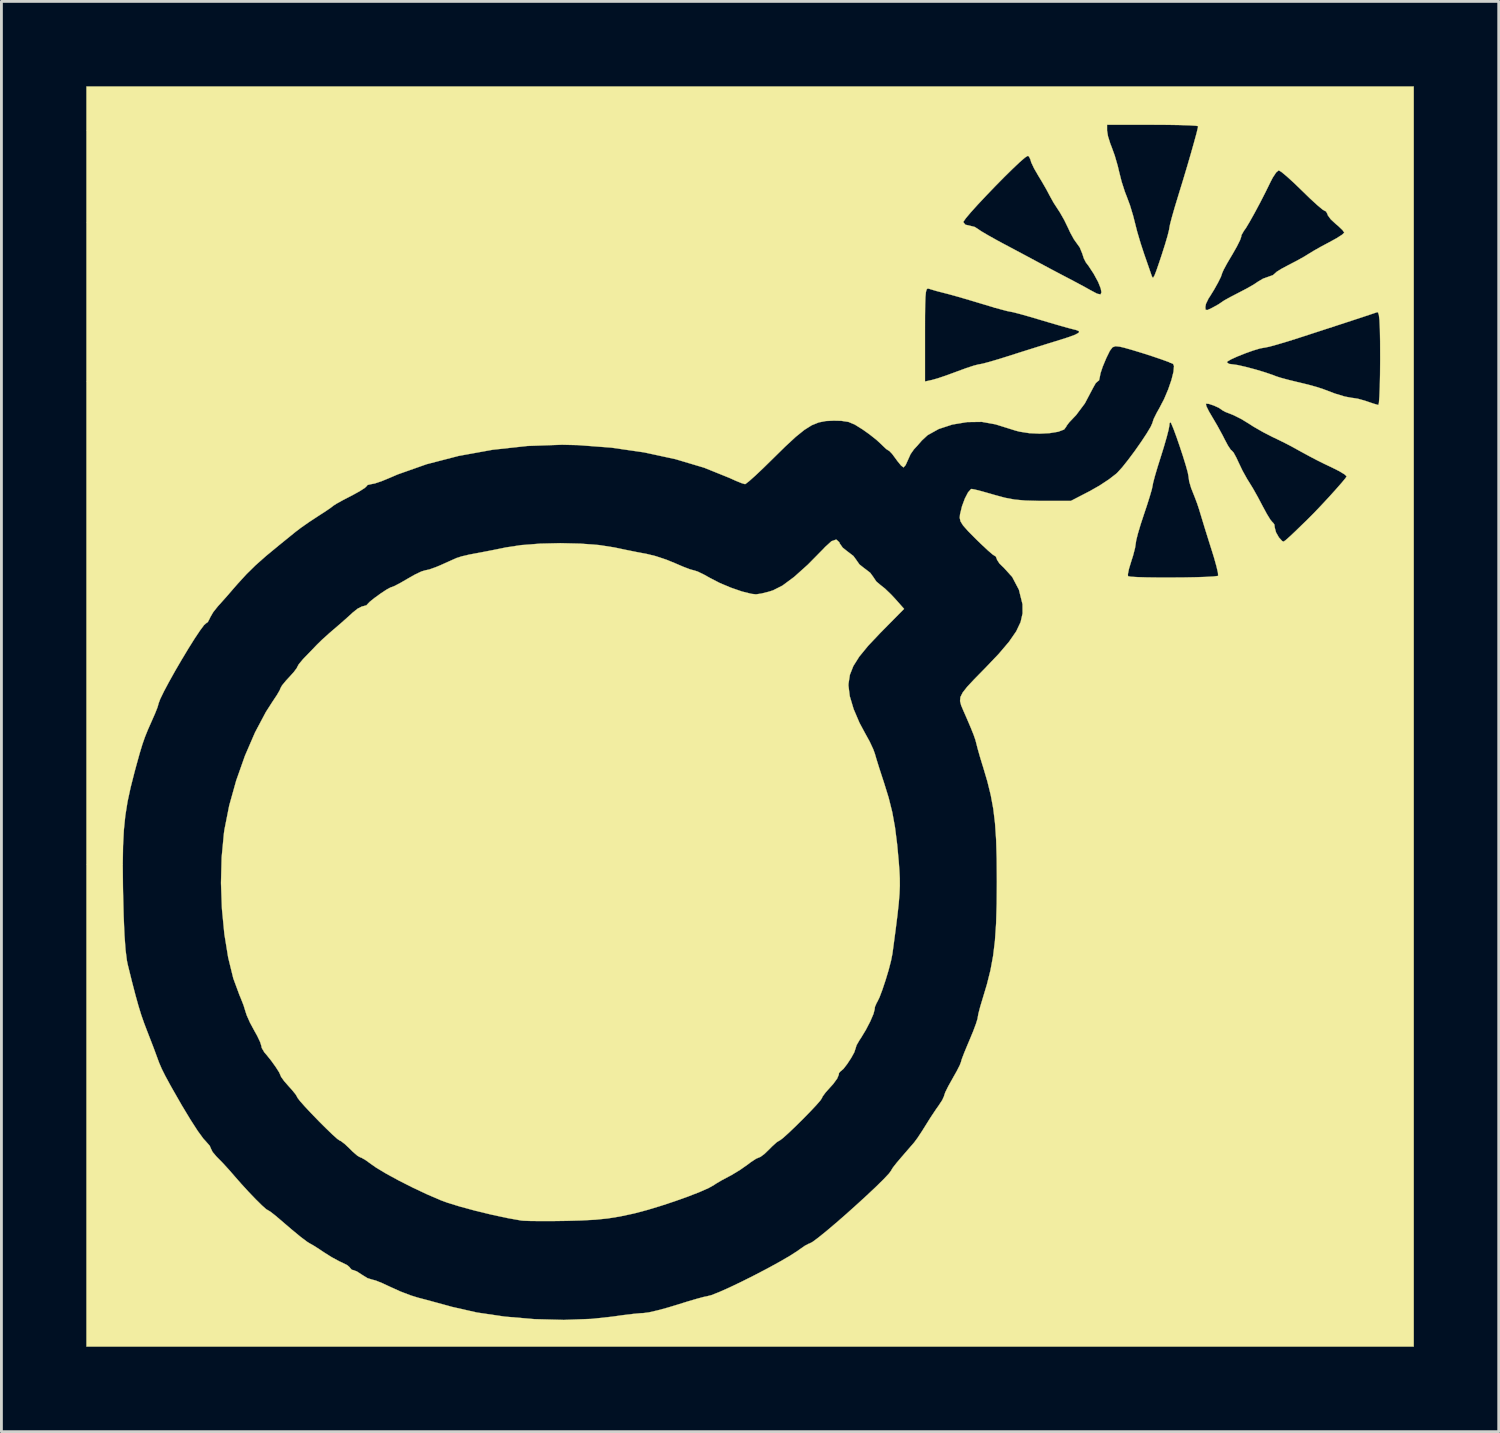
<source format=kicad_pcb>
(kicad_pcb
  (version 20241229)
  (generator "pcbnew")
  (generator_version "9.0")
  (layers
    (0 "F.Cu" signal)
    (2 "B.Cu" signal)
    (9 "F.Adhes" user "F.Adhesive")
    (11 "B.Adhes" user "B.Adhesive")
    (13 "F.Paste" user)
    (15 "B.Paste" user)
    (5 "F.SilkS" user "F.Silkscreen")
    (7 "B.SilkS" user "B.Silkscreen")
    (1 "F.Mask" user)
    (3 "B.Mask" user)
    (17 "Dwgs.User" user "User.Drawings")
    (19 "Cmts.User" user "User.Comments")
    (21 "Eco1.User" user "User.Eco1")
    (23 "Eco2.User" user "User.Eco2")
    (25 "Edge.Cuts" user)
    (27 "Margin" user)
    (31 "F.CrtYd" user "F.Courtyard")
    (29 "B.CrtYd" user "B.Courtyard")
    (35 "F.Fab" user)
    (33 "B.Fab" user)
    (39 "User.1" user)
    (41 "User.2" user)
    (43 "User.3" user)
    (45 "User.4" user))
  (footprint "logo2"
    (layer "F.Cu")
    (at 23.458 22.272)
    (property "Reference" "logo2" (at 0 0 0) (layer "F.SilkS") (effects (font (size 1.524 1.524) (thickness 0.3))))
    (attr through_hole)
    (fp_poly (pts (xy 3.151 -6.161) (xy 3.169 -6.114) (xy 3.272 -5.969) (xy 3.456 -5.822) (xy 3.466 -5.816) (xy 3.652 -5.673) (xy 3.76 -5.526) (xy 3.762 -5.52) (xy 3.865 -5.375) (xy 4.048 -5.23) (xy 4.059 -5.224) (xy 4.244 -5.081) (xy 4.352 -4.935) (xy 4.355 -4.929) (xy 4.459 -4.774) (xy 4.599 -4.655) (xy 4.768 -4.521) (xy 4.985 -4.312) (xy 5.12 -4.168) (xy 5.442 -3.805) (xy 4.608 -2.961) (xy 4.173 -2.501) (xy 3.858 -2.117) (xy 3.648 -1.783) (xy 3.526 -1.473) (xy 3.478 -1.16) (xy 3.476 -1.093) (xy 3.522 -0.72) (xy 3.658 -0.265) (xy 3.867 0.225) (xy 4.065 0.593) (xy 4.225 0.883) (xy 4.352 1.156) (xy 4.409 1.312) (xy 4.465 1.505) (xy 4.559 1.807) (xy 4.675 2.164) (xy 4.729 2.328) (xy 4.896 2.867) (xy 5.024 3.379) (xy 5.121 3.914) (xy 5.198 4.525) (xy 5.253 5.125) (xy 5.276 5.437) (xy 5.29 5.712) (xy 5.292 5.98) (xy 5.28 6.267) (xy 5.253 6.602) (xy 5.208 7.013) (xy 5.144 7.527) (xy 5.058 8.174) (xy 5.03 8.382) (xy 4.98 8.634) (xy 4.895 8.961) (xy 4.788 9.316) (xy 4.675 9.655) (xy 4.571 9.93) (xy 4.489 10.096) (xy 4.476 10.113) (xy 4.411 10.263) (xy 4.403 10.342) (xy 4.36 10.51) (xy 4.249 10.769) (xy 4.094 11.068) (xy 3.919 11.358) (xy 3.865 11.438) (xy 3.762 11.617) (xy 3.725 11.738) (xy 3.682 11.867) (xy 3.574 12.063) (xy 3.436 12.274) (xy 3.303 12.447) (xy 3.21 12.529) (xy 3.202 12.531) (xy 3.141 12.6) (xy 3.133 12.662) (xy 3.077 12.795) (xy 2.935 12.989) (xy 2.836 13.098) (xy 2.665 13.289) (xy 2.558 13.436) (xy 2.54 13.482) (xy 2.483 13.569) (xy 2.331 13.743) (xy 2.113 13.974) (xy 1.858 14.234) (xy 1.595 14.494) (xy 1.353 14.724) (xy 1.161 14.897) (xy 1.048 14.982) (xy 1.035 14.986) (xy 0.943 15.043) (xy 0.783 15.187) (xy 0.689 15.282) (xy 0.508 15.457) (xy 0.365 15.563) (xy 0.323 15.579) (xy 0.209 15.628) (xy 0.022 15.751) (xy -0.072 15.823) (xy -0.349 16.018) (xy -0.666 16.21) (xy -0.762 16.26) (xy -1.011 16.393) (xy -1.21 16.511) (xy -1.27 16.552) (xy -1.46 16.66) (xy -1.779 16.801) (xy -2.191 16.962) (xy -2.662 17.13) (xy -3.156 17.293) (xy -3.638 17.439) (xy -4.075 17.555) (xy -4.149 17.572) (xy -4.605 17.669) (xy -5.027 17.737) (xy -5.467 17.782) (xy -5.979 17.809) (xy -6.477 17.823) (xy -6.959 17.83) (xy -7.399 17.831) (xy -7.762 17.827) (xy -8.01 17.818) (xy -8.086 17.811) (xy -8.584 17.722) (xy -9.142 17.602) (xy -9.713 17.464) (xy -10.247 17.319) (xy -10.695 17.181) (xy -10.922 17.098) (xy -11.403 16.891) (xy -11.912 16.652) (xy -12.41 16.4) (xy -12.856 16.157) (xy -13.213 15.943) (xy -13.39 15.819) (xy -13.59 15.675) (xy -13.739 15.589) (xy -13.775 15.579) (xy -13.874 15.523) (xy -14.041 15.38) (xy -14.139 15.282) (xy -14.321 15.109) (xy -14.46 15.003) (xy -14.501 14.986) (xy -14.586 14.928) (xy -14.757 14.775) (xy -14.985 14.555) (xy -15.243 14.298) (xy -15.501 14.031) (xy -15.732 13.785) (xy -15.906 13.589) (xy -15.996 13.471) (xy -16.002 13.454) (xy -16.056 13.36) (xy -16.192 13.192) (xy -16.298 13.075) (xy -16.468 12.881) (xy -16.575 12.731) (xy -16.595 12.683) (xy -16.643 12.574) (xy -16.765 12.383) (xy -16.926 12.159) (xy -17.093 11.951) (xy -17.166 11.868) (xy -17.258 11.711) (xy -17.272 11.639) (xy -17.313 11.507) (xy -17.418 11.285) (xy -17.525 11.093) (xy -17.675 10.815) (xy -17.789 10.558) (xy -17.83 10.433) (xy -17.9 10.206) (xy -18.008 9.931) (xy -18.038 9.864) (xy -18.263 9.255) (xy -18.444 8.518) (xy -18.579 7.686) (xy -18.665 6.795) (xy -18.698 5.881) (xy -18.675 4.978) (xy -18.594 4.121) (xy -18.575 3.991) (xy -18.407 3.143) (xy -18.16 2.26) (xy -17.851 1.385) (xy -17.496 0.564) (xy -17.112 -0.16) (xy -16.876 -0.528) (xy -16.723 -0.758) (xy -16.621 -0.934) (xy -16.595 -1.002) (xy -16.54 -1.1) (xy -16.401 -1.269) (xy -16.298 -1.38) (xy -16.128 -1.568) (xy -16.021 -1.71) (xy -16.002 -1.753) (xy -15.948 -1.85) (xy -15.812 -2.013) (xy -15.755 -2.074) (xy -15.538 -2.298) (xy -15.331 -2.514) (xy -15.306 -2.54) (xy -15.129 -2.713) (xy -14.884 -2.934) (xy -14.703 -3.09) (xy -14.438 -3.318) (xy -14.186 -3.542) (xy -14.057 -3.662) (xy -13.87 -3.812) (xy -13.714 -3.891) (xy -13.687 -3.895) (xy -13.557 -3.932) (xy -13.533 -3.959) (xy -13.447 -4.05) (xy -13.271 -4.192) (xy -13.054 -4.349) (xy -12.848 -4.485) (xy -12.702 -4.564) (xy -12.673 -4.572) (xy -12.566 -4.613) (xy -12.36 -4.721) (xy -12.107 -4.868) (xy -11.839 -5.02) (xy -11.613 -5.127) (xy -11.485 -5.165) (xy -11.333 -5.198) (xy -11.096 -5.283) (xy -10.945 -5.346) (xy -10.678 -5.466) (xy -10.45 -5.568) (xy -10.372 -5.603) (xy -10.189 -5.661) (xy -9.92 -5.724) (xy -9.779 -5.75) (xy -9.49 -5.804) (xy -9.109 -5.878) (xy -8.709 -5.959) (xy -8.636 -5.975) (xy -8.08 -6.059) (xy -7.418 -6.11) (xy -6.704 -6.127) (xy -5.992 -6.11) (xy -5.337 -6.06) (xy -4.792 -5.975) (xy -4.784 -5.973) (xy -4.39 -5.89) (xy -3.993 -5.81) (xy -3.673 -5.75) (xy -3.655 -5.747) (xy -3.334 -5.668) (xy -2.953 -5.541) (xy -2.648 -5.416) (xy -2.359 -5.292) (xy -2.122 -5.202) (xy -1.986 -5.165) (xy -1.982 -5.165) (xy -1.853 -5.124) (xy -1.634 -5.018) (xy -1.422 -4.9) (xy -1.074 -4.72) (xy -0.679 -4.554) (xy -0.288 -4.419) (xy 0.045 -4.336) (xy 0.208 -4.318) (xy 0.395 -4.345) (xy 0.663 -4.412) (xy 0.81 -4.459) (xy 1.143 -4.627) (xy 1.556 -4.933) (xy 2.042 -5.369) (xy 2.593 -5.928) (xy 2.65 -5.99) (xy 2.88 -6.199) (xy 3.045 -6.255) (xy 3.151 -6.161)) (stroke (width 0.01) (type solid)) (fill yes) (layer "F.SilkS"))
    (fp_poly (pts (xy 23.453 22.267) (xy -23.453 22.267) (xy -23.453 5.228) (xy -22.17 5.228) (xy -22.163 6.008) (xy -22.159 6.219) (xy -22.138 7.054) (xy -22.109 7.727) (xy -22.071 8.247) (xy -22.024 8.62) (xy -21.995 8.763) (xy -21.844 9.372) (xy -21.72 9.85) (xy -21.614 10.23) (xy -21.517 10.546) (xy -21.417 10.831) (xy -21.318 11.091) (xy -21.187 11.429) (xy -21.068 11.738) (xy -20.987 11.959) (xy -20.979 11.98) (xy -20.887 12.23) (xy -20.792 12.451) (xy -20.669 12.697) (xy -20.493 13.021) (xy -20.426 13.141) (xy -20.083 13.74) (xy -19.778 14.246) (xy -19.522 14.643) (xy -19.323 14.916) (xy -19.228 15.02) (xy -19.097 15.169) (xy -19.05 15.277) (xy -18.993 15.392) (xy -18.853 15.557) (xy -18.817 15.593) (xy -18.631 15.782) (xy -18.399 16.036) (xy -18.246 16.213) (xy -17.992 16.503) (xy -17.724 16.796) (xy -17.469 17.062) (xy -17.252 17.276) (xy -17.102 17.41) (xy -17.049 17.441) (xy -16.961 17.493) (xy -16.789 17.626) (xy -16.632 17.759) (xy -16.218 18.114) (xy -15.888 18.386) (xy -15.655 18.562) (xy -15.549 18.627) (xy -15.426 18.696) (xy -15.219 18.828) (xy -15.069 18.929) (xy -14.793 19.103) (xy -14.523 19.25) (xy -14.415 19.299) (xy -14.231 19.392) (xy -14.141 19.474) (xy -14.139 19.484) (xy -14.072 19.554) (xy -14.034 19.56) (xy -13.896 19.61) (xy -13.716 19.727) (xy -13.525 19.846) (xy -13.37 19.895) (xy -13.229 19.932) (xy -12.991 20.028) (xy -12.71 20.159) (xy -12.359 20.318) (xy -11.989 20.459) (xy -11.744 20.535) (xy -11.455 20.611) (xy -11.072 20.715) (xy -10.664 20.826) (xy -10.541 20.861) (xy -9.658 21.061) (xy -8.667 21.207) (xy -7.624 21.296) (xy -6.582 21.324) (xy -5.597 21.287) (xy -4.876 21.209) (xy -4.485 21.154) (xy -4.129 21.111) (xy -3.86 21.086) (xy -3.767 21.082) (xy -3.578 21.057) (xy -3.274 20.987) (xy -2.9 20.886) (xy -2.574 20.787) (xy -2.196 20.669) (xy -1.871 20.574) (xy -1.637 20.511) (xy -1.536 20.491) (xy -1.373 20.45) (xy -1.093 20.34) (xy -0.725 20.176) (xy -0.298 19.972) (xy 0.158 19.743) (xy 0.614 19.505) (xy 1.039 19.272) (xy 1.406 19.059) (xy 1.683 18.881) (xy 1.751 18.831) (xy 1.939 18.701) (xy 2.072 18.631) (xy 2.091 18.627) (xy 2.199 18.572) (xy 2.405 18.42) (xy 2.687 18.193) (xy 3.022 17.909) (xy 3.39 17.589) (xy 3.765 17.252) (xy 4.128 16.92) (xy 4.454 16.613) (xy 4.722 16.349) (xy 4.909 16.15) (xy 4.993 16.035) (xy 4.995 16.024) (xy 5.047 15.941) (xy 5.18 15.771) (xy 5.335 15.588) (xy 5.54 15.351) (xy 5.717 15.147) (xy 5.803 15.047) (xy 5.916 14.894) (xy 6.074 14.655) (xy 6.199 14.455) (xy 6.382 14.163) (xy 6.566 13.887) (xy 6.663 13.75) (xy 6.789 13.558) (xy 6.855 13.414) (xy 6.858 13.395) (xy 6.898 13.279) (xy 7.004 13.065) (xy 7.153 12.799) (xy 7.154 12.796) (xy 7.303 12.532) (xy 7.409 12.324) (xy 7.451 12.215) (xy 7.451 12.214) (xy 7.482 12.106) (xy 7.567 11.884) (xy 7.69 11.587) (xy 7.747 11.453) (xy 7.881 11.131) (xy 7.983 10.858) (xy 8.038 10.68) (xy 8.043 10.645) (xy 8.068 10.502) (xy 8.132 10.257) (xy 8.205 10.014) (xy 8.368 9.471) (xy 8.495 8.965) (xy 8.588 8.461) (xy 8.653 7.925) (xy 8.694 7.322) (xy 8.715 6.616) (xy 8.721 5.84) (xy 8.715 5.027) (xy 8.695 4.349) (xy 8.656 3.771) (xy 8.594 3.258) (xy 8.505 2.777) (xy 8.385 2.291) (xy 8.23 1.768) (xy 8.219 1.736) (xy 8.123 1.42) (xy 8.041 1.131) (xy 8.002 0.977) (xy 7.964 0.831) (xy 7.903 0.654) (xy 7.806 0.412) (xy 7.661 0.072) (xy 7.536 -0.212) (xy 7.458 -0.397) (xy 7.42 -0.548) (xy 7.434 -0.69) (xy 7.514 -0.849) (xy 7.672 -1.05) (xy 7.923 -1.319) (xy 8.278 -1.681) (xy 8.305 -1.708) (xy 8.79 -2.217) (xy 9.152 -2.644) (xy 9.405 -3.01) (xy 9.56 -3.337) (xy 9.63 -3.645) (xy 9.628 -3.957) (xy 9.626 -3.976) (xy 9.5 -4.482) (xy 9.262 -4.934) (xy 9.175 -5.03) (xy 13.351 -5.03) (xy 13.356 -4.96) (xy 13.456 -4.941) (xy 13.692 -4.927) (xy 14.029 -4.917) (xy 14.437 -4.912) (xy 14.882 -4.912) (xy 15.332 -4.915) (xy 15.754 -4.923) (xy 16.115 -4.935) (xy 16.384 -4.95) (xy 16.527 -4.969) (xy 16.541 -4.976) (xy 16.534 -5.08) (xy 16.482 -5.307) (xy 16.395 -5.618) (xy 16.325 -5.844) (xy 16.198 -6.246) (xy 16.075 -6.64) (xy 15.976 -6.965) (xy 15.944 -7.07) (xy 15.867 -7.324) (xy 15.8 -7.526) (xy 15.718 -7.744) (xy 15.598 -8.047) (xy 15.589 -8.068) (xy 15.518 -8.308) (xy 15.493 -8.492) (xy 15.467 -8.63) (xy 15.397 -8.881) (xy 15.298 -9.201) (xy 15.183 -9.55) (xy 15.067 -9.886) (xy 14.963 -10.168) (xy 14.885 -10.354) (xy 14.856 -10.403) (xy 14.824 -10.367) (xy 14.816 -10.28) (xy 14.79 -10.137) (xy 14.722 -9.873) (xy 14.622 -9.527) (xy 14.52 -9.199) (xy 14.401 -8.821) (xy 14.305 -8.496) (xy 14.243 -8.26) (xy 14.224 -8.158) (xy 14.198 -8.031) (xy 14.126 -7.784) (xy 14.022 -7.454) (xy 13.928 -7.173) (xy 13.805 -6.8) (xy 13.707 -6.472) (xy 13.646 -6.23) (xy 13.631 -6.132) (xy 13.604 -5.955) (xy 13.535 -5.689) (xy 13.469 -5.481) (xy 13.39 -5.221) (xy 13.351 -5.03) (xy 9.175 -5.03) (xy 8.977 -5.248) (xy 8.812 -5.409) (xy 8.725 -5.544) (xy 8.721 -5.566) (xy 8.678 -5.665) (xy 8.653 -5.673) (xy 8.568 -5.729) (xy 8.393 -5.88) (xy 8.157 -6.101) (xy 7.979 -6.274) (xy 7.702 -6.554) (xy 7.528 -6.751) (xy 7.437 -6.896) (xy 7.408 -7.021) (xy 7.419 -7.142) (xy 7.488 -7.428) (xy 7.59 -7.704) (xy 7.703 -7.922) (xy 7.805 -8.036) (xy 7.83 -8.043) (xy 7.952 -8.02) (xy 8.192 -7.959) (xy 8.506 -7.87) (xy 8.636 -7.832) (xy 9.009 -7.731) (xy 9.352 -7.667) (xy 9.726 -7.633) (xy 10.192 -7.62) (xy 10.34 -7.62) (xy 11.336 -7.62) (xy 11.997 -7.962) (xy 12.348 -8.161) (xy 12.683 -8.382) (xy 12.94 -8.581) (xy 12.979 -8.618) (xy 13.152 -8.808) (xy 13.365 -9.076) (xy 13.597 -9.387) (xy 13.822 -9.708) (xy 14.017 -10.004) (xy 14.159 -10.241) (xy 14.223 -10.386) (xy 14.224 -10.398) (xy 14.264 -10.518) (xy 14.368 -10.728) (xy 14.465 -10.9) (xy 14.546 -11.055) (xy 16.107 -11.055) (xy 16.125 -10.967) (xy 16.216 -10.783) (xy 16.319 -10.608) (xy 16.509 -10.285) (xy 16.699 -9.937) (xy 16.768 -9.8) (xy 16.888 -9.575) (xy 16.985 -9.429) (xy 17.023 -9.398) (xy 17.087 -9.327) (xy 17.186 -9.145) (xy 17.255 -8.996) (xy 17.402 -8.688) (xy 17.568 -8.39) (xy 17.627 -8.297) (xy 17.767 -8.069) (xy 17.943 -7.757) (xy 18.116 -7.429) (xy 18.264 -7.156) (xy 18.388 -6.954) (xy 18.467 -6.86) (xy 18.475 -6.858) (xy 18.528 -6.786) (xy 18.542 -6.674) (xy 18.586 -6.509) (xy 18.688 -6.329) (xy 18.804 -6.202) (xy 18.856 -6.181) (xy 18.93 -6.235) (xy 19.088 -6.376) (xy 19.262 -6.54) (xy 19.475 -6.747) (xy 19.645 -6.911) (xy 19.72 -6.985) (xy 19.939 -7.205) (xy 20.193 -7.472) (xy 20.456 -7.755) (xy 20.702 -8.028) (xy 20.906 -8.26) (xy 21.041 -8.423) (xy 21.082 -8.488) (xy 21.011 -8.556) (xy 20.825 -8.669) (xy 20.563 -8.801) (xy 20.553 -8.806) (xy 20.283 -8.934) (xy 20.04 -9.055) (xy 19.779 -9.192) (xy 19.453 -9.369) (xy 19.135 -9.545) (xy 18.941 -9.646) (xy 18.665 -9.783) (xy 18.457 -9.882) (xy 18.125 -10.053) (xy 17.789 -10.246) (xy 17.631 -10.348) (xy 17.359 -10.514) (xy 17.09 -10.649) (xy 16.996 -10.687) (xy 16.798 -10.764) (xy 16.684 -10.827) (xy 16.679 -10.832) (xy 16.567 -10.91) (xy 16.388 -10.991) (xy 16.212 -11.05) (xy 16.11 -11.057) (xy 16.107 -11.055) (xy 14.546 -11.055) (xy 14.63 -11.216) (xy 14.776 -11.561) (xy 14.891 -11.895) (xy 14.963 -12.183) (xy 14.981 -12.386) (xy 14.949 -12.462) (xy 14.814 -12.521) (xy 16.849 -12.521) (xy 16.921 -12.464) (xy 17.051 -12.446) (xy 17.231 -12.421) (xy 17.517 -12.356) (xy 17.857 -12.266) (xy 18.197 -12.164) (xy 18.484 -12.066) (xy 18.584 -12.026) (xy 18.747 -11.973) (xy 19.021 -11.899) (xy 19.348 -11.819) (xy 19.389 -11.81) (xy 19.735 -11.726) (xy 20.05 -11.638) (xy 20.268 -11.565) (xy 20.278 -11.561) (xy 20.667 -11.414) (xy 21.014 -11.309) (xy 21.267 -11.261) (xy 21.3 -11.259) (xy 21.482 -11.23) (xy 21.732 -11.16) (xy 21.802 -11.136) (xy 22.026 -11.06) (xy 22.179 -11.015) (xy 22.204 -11.01) (xy 22.223 -11.09) (xy 22.24 -11.313) (xy 22.254 -11.654) (xy 22.263 -12.088) (xy 22.267 -12.589) (xy 22.267 -12.667) (xy 22.265 -13.259) (xy 22.257 -13.7) (xy 22.243 -14.005) (xy 22.221 -14.193) (xy 22.191 -14.28) (xy 22.162 -14.29) (xy 22.008 -14.238) (xy 21.724 -14.143) (xy 21.338 -14.016) (xy 20.88 -13.866) (xy 20.38 -13.703) (xy 19.867 -13.536) (xy 19.389 -13.381) (xy 18.981 -13.252) (xy 18.624 -13.146) (xy 18.351 -13.071) (xy 18.198 -13.039) (xy 18.187 -13.038) (xy 18.028 -13.01) (xy 17.784 -12.937) (xy 17.5 -12.836) (xy 17.222 -12.725) (xy 16.995 -12.622) (xy 16.864 -12.543) (xy 16.849 -12.521) (xy 14.814 -12.521) (xy 14.802 -12.526) (xy 14.538 -12.622) (xy 14.202 -12.736) (xy 13.84 -12.852) (xy 13.495 -12.957) (xy 13.215 -13.036) (xy 13.065 -13.071) (xy 12.911 -13.087) (xy 12.807 -13.048) (xy 12.713 -12.923) (xy 12.593 -12.678) (xy 12.578 -12.644) (xy 12.462 -12.366) (xy 12.383 -12.129) (xy 12.361 -12.012) (xy 12.332 -11.88) (xy 12.295 -11.853) (xy 12.217 -11.785) (xy 12.123 -11.62) (xy 11.831 -11.066) (xy 11.521 -10.652) (xy 11.436 -10.563) (xy 11.276 -10.394) (xy 11.184 -10.272) (xy 11.176 -10.248) (xy 11.098 -10.144) (xy 10.891 -10.065) (xy 10.592 -10.016) (xy 10.238 -9.997) (xy 9.869 -10.014) (xy 9.521 -10.068) (xy 9.38 -10.105) (xy 9.052 -10.208) (xy 8.715 -10.313) (xy 8.664 -10.328) (xy 8.191 -10.413) (xy 7.671 -10.406) (xy 7.148 -10.319) (xy 6.667 -10.162) (xy 6.273 -9.943) (xy 6.072 -9.757) (xy 5.909 -9.57) (xy 5.79 -9.442) (xy 5.672 -9.274) (xy 5.576 -9.062) (xy 5.496 -8.885) (xy 5.425 -8.806) (xy 5.421 -8.805) (xy 5.337 -8.869) (xy 5.206 -9.029) (xy 5.154 -9.101) (xy 5.018 -9.284) (xy 4.918 -9.388) (xy 4.898 -9.397) (xy 4.81 -9.454) (xy 4.665 -9.592) (xy 4.644 -9.614) (xy 4.466 -9.778) (xy 4.207 -9.982) (xy 3.979 -10.144) (xy 3.7 -10.318) (xy 3.475 -10.412) (xy 3.225 -10.45) (xy 2.957 -10.456) (xy 2.676 -10.443) (xy 2.426 -10.394) (xy 2.181 -10.295) (xy 1.918 -10.13) (xy 1.613 -9.884) (xy 1.243 -9.542) (xy 0.783 -9.09) (xy 0.781 -9.088) (xy 0.466 -8.779) (xy 0.189 -8.517) (xy -0.026 -8.325) (xy -0.156 -8.223) (xy -0.179 -8.213) (xy -0.297 -8.247) (xy -0.514 -8.335) (xy -0.73 -8.433) (xy -1.622 -8.793) (xy -2.639 -9.096) (xy -3.745 -9.335) (xy -4.905 -9.503) (xy -6.082 -9.592) (xy -6.646 -9.605) (xy -7.867 -9.562) (xy -9.097 -9.428) (xy -10.297 -9.211) (xy -11.429 -8.918) (xy -12.453 -8.557) (xy -12.732 -8.437) (xy -13.017 -8.319) (xy -13.259 -8.238) (xy -13.388 -8.213) (xy -13.52 -8.183) (xy -13.547 -8.145) (xy -13.617 -8.078) (xy -13.802 -7.96) (xy -14.065 -7.815) (xy -14.118 -7.788) (xy -14.398 -7.643) (xy -14.615 -7.523) (xy -14.726 -7.452) (xy -14.732 -7.446) (xy -14.82 -7.378) (xy -15.011 -7.247) (xy -15.266 -7.083) (xy -15.282 -7.072) (xy -15.587 -6.872) (xy -15.874 -6.671) (xy -16.061 -6.529) (xy -16.306 -6.33) (xy -16.579 -6.109) (xy -16.647 -6.054) (xy -17.107 -5.674) (xy -17.474 -5.349) (xy -17.792 -5.037) (xy -18.106 -4.694) (xy -18.246 -4.534) (xy -18.473 -4.271) (xy -18.696 -4.02) (xy -18.81 -3.894) (xy -18.973 -3.689) (xy -19.082 -3.5) (xy -19.091 -3.476) (xy -19.164 -3.337) (xy -19.217 -3.302) (xy -19.297 -3.232) (xy -19.44 -3.04) (xy -19.63 -2.755) (xy -19.851 -2.403) (xy -20.086 -2.012) (xy -20.32 -1.611) (xy -20.535 -1.226) (xy -20.716 -0.886) (xy -20.846 -0.618) (xy -20.909 -0.45) (xy -20.913 -0.425) (xy -20.946 -0.315) (xy -21.032 -0.099) (xy -21.154 0.178) (xy -21.157 0.185) (xy -21.282 0.467) (xy -21.383 0.717) (xy -21.475 0.979) (xy -21.571 1.296) (xy -21.687 1.714) (xy -21.751 1.951) (xy -21.892 2.505) (xy -22.001 3.01) (xy -22.079 3.5) (xy -22.131 4.009) (xy -22.16 4.573) (xy -22.17 5.228) (xy -23.453 5.228) (xy -23.453 -13.507) (xy 6.181 -13.507) (xy 6.181 -11.84) (xy 6.431 -11.895) (xy 6.629 -11.951) (xy 6.926 -12.051) (xy 7.264 -12.175) (xy 7.325 -12.198) (xy 7.642 -12.314) (xy 7.907 -12.401) (xy 8.074 -12.444) (xy 8.096 -12.446) (xy 8.224 -12.471) (xy 8.474 -12.538) (xy 8.809 -12.637) (xy 9.127 -12.737) (xy 9.601 -12.888) (xy 10.116 -13.05) (xy 10.592 -13.199) (xy 10.795 -13.261) (xy 11.216 -13.394) (xy 11.486 -13.492) (xy 11.618 -13.564) (xy 11.625 -13.618) (xy 11.519 -13.662) (xy 11.463 -13.675) (xy 11.286 -13.72) (xy 10.989 -13.803) (xy 10.617 -13.911) (xy 10.257 -14.018) (xy 9.872 -14.132) (xy 9.542 -14.225) (xy 9.303 -14.287) (xy 9.193 -14.309) (xy 9.075 -14.332) (xy 8.833 -14.397) (xy 8.601 -14.463) (xy 16.087 -14.463) (xy 16.099 -14.373) (xy 16.164 -14.366) (xy 16.326 -14.442) (xy 16.362 -14.461) (xy 16.554 -14.568) (xy 16.671 -14.647) (xy 16.679 -14.654) (xy 16.771 -14.714) (xy 16.973 -14.825) (xy 17.243 -14.965) (xy 17.272 -14.98) (xy 17.563 -15.132) (xy 17.805 -15.271) (xy 17.946 -15.366) (xy 17.949 -15.368) (xy 18.127 -15.474) (xy 18.309 -15.539) (xy 18.477 -15.599) (xy 18.542 -15.655) (xy 18.612 -15.719) (xy 18.794 -15.831) (xy 19.029 -15.956) (xy 19.324 -16.109) (xy 19.587 -16.256) (xy 19.727 -16.343) (xy 19.912 -16.456) (xy 20.186 -16.611) (xy 20.468 -16.761) (xy 20.73 -16.905) (xy 20.919 -17.026) (xy 20.997 -17.099) (xy 20.997 -17.102) (xy 20.937 -17.19) (xy 20.784 -17.336) (xy 20.701 -17.405) (xy 20.521 -17.572) (xy 20.416 -17.714) (xy 20.405 -17.753) (xy 20.351 -17.855) (xy 20.316 -17.865) (xy 20.225 -17.921) (xy 20.042 -18.075) (xy 19.793 -18.303) (xy 19.506 -18.582) (xy 19.504 -18.584) (xy 19.215 -18.863) (xy 18.964 -19.091) (xy 18.777 -19.246) (xy 18.682 -19.302) (xy 18.682 -19.302) (xy 18.593 -19.23) (xy 18.473 -19.049) (xy 18.395 -18.9) (xy 18.219 -18.541) (xy 18.025 -18.162) (xy 17.831 -17.799) (xy 17.657 -17.488) (xy 17.522 -17.262) (xy 17.451 -17.163) (xy 17.365 -17.012) (xy 17.357 -16.957) (xy 17.315 -16.835) (xy 17.205 -16.614) (xy 17.048 -16.338) (xy 17.018 -16.288) (xy 16.856 -16.013) (xy 16.737 -15.793) (xy 16.681 -15.667) (xy 16.679 -15.657) (xy 16.639 -15.54) (xy 16.535 -15.331) (xy 16.396 -15.083) (xy 16.251 -14.847) (xy 16.203 -14.777) (xy 16.11 -14.584) (xy 16.087 -14.463) (xy 8.601 -14.463) (xy 8.502 -14.492) (xy 8.165 -14.593) (xy 7.749 -14.718) (xy 7.352 -14.834) (xy 7.025 -14.925) (xy 6.858 -14.968) (xy 6.593 -15.036) (xy 6.38 -15.099) (xy 6.329 -15.116) (xy 6.278 -15.126) (xy 6.24 -15.095) (xy 6.214 -15.003) (xy 6.197 -14.828) (xy 6.187 -14.551) (xy 6.182 -14.149) (xy 6.181 -13.602) (xy 6.181 -13.507) (xy -23.453 -13.507) (xy -23.453 -17.472) (xy 7.535 -17.472) (xy 7.607 -17.381) (xy 7.719 -17.357) (xy 7.933 -17.304) (xy 8.037 -17.24) (xy 8.166 -17.152) (xy 8.407 -17.01) (xy 8.719 -16.835) (xy 8.932 -16.72) (xy 9.335 -16.506) (xy 9.757 -16.281) (xy 10.128 -16.082) (xy 10.245 -16.019) (xy 10.605 -15.826) (xy 10.988 -15.624) (xy 11.261 -15.481) (xy 11.57 -15.318) (xy 11.868 -15.157) (xy 12.021 -15.071) (xy 12.261 -14.944) (xy 12.386 -14.916) (xy 12.417 -14.992) (xy 12.392 -15.128) (xy 12.302 -15.355) (xy 12.144 -15.646) (xy 11.957 -15.931) (xy 11.868 -16.047) (xy 11.794 -16.191) (xy 11.74 -16.359) (xy 11.649 -16.58) (xy 11.553 -16.713) (xy 11.444 -16.866) (xy 11.312 -17.107) (xy 11.247 -17.249) (xy 11.104 -17.543) (xy 10.948 -17.817) (xy 10.889 -17.907) (xy 10.724 -18.161) (xy 10.584 -18.415) (xy 10.584 -18.415) (xy 10.471 -18.628) (xy 10.308 -18.911) (xy 10.184 -19.115) (xy 10.036 -19.371) (xy 9.936 -19.583) (xy 9.906 -19.687) (xy 9.852 -19.798) (xy 9.807 -19.812) (xy 9.714 -19.753) (xy 9.529 -19.593) (xy 9.277 -19.354) (xy 8.98 -19.062) (xy 8.661 -18.738) (xy 8.343 -18.407) (xy 8.048 -18.093) (xy 7.801 -17.819) (xy 7.624 -17.609) (xy 7.539 -17.487) (xy 7.535 -17.472) (xy -23.453 -17.472) (xy -23.453 -20.913) (xy 12.615 -20.913) (xy 12.615 -20.708) (xy 12.648 -20.507) (xy 12.732 -20.239) (xy 12.776 -20.129) (xy 12.887 -19.823) (xy 12.993 -19.457) (xy 13.039 -19.262) (xy 13.129 -18.905) (xy 13.245 -18.544) (xy 13.309 -18.38) (xy 13.425 -18.069) (xy 13.537 -17.697) (xy 13.591 -17.484) (xy 13.679 -17.138) (xy 13.801 -16.725) (xy 13.927 -16.341) (xy 14.037 -16.025) (xy 14.128 -15.763) (xy 14.183 -15.604) (xy 14.188 -15.588) (xy 14.217 -15.52) (xy 14.248 -15.513) (xy 14.292 -15.587) (xy 14.361 -15.766) (xy 14.465 -16.069) (xy 14.553 -16.334) (xy 14.666 -16.688) (xy 14.755 -16.992) (xy 14.807 -17.202) (xy 14.817 -17.265) (xy 14.841 -17.393) (xy 14.907 -17.647) (xy 15.006 -17.993) (xy 15.128 -18.394) (xy 15.147 -18.457) (xy 15.295 -18.939) (xy 15.44 -19.423) (xy 15.574 -19.882) (xy 15.688 -20.286) (xy 15.775 -20.604) (xy 15.824 -20.808) (xy 15.833 -20.863) (xy 15.752 -20.878) (xy 15.529 -20.892) (xy 15.188 -20.903) (xy 14.755 -20.91) (xy 14.258 -20.913) (xy 14.224 -20.913) (xy 12.615 -20.913) (xy -23.453 -20.913) (xy -23.453 -22.267) (xy 23.453 -22.267) (xy 23.453 22.267)) (stroke (width 0.01) (type solid)) (fill yes) (layer "F.SilkS")))
  (gr_rect
    (start -3 -3)
    (end 49.915 47.545)
    (stroke (width 0.1) (type default))
    (fill no)
    (layer "Edge.Cuts")))
</source>
